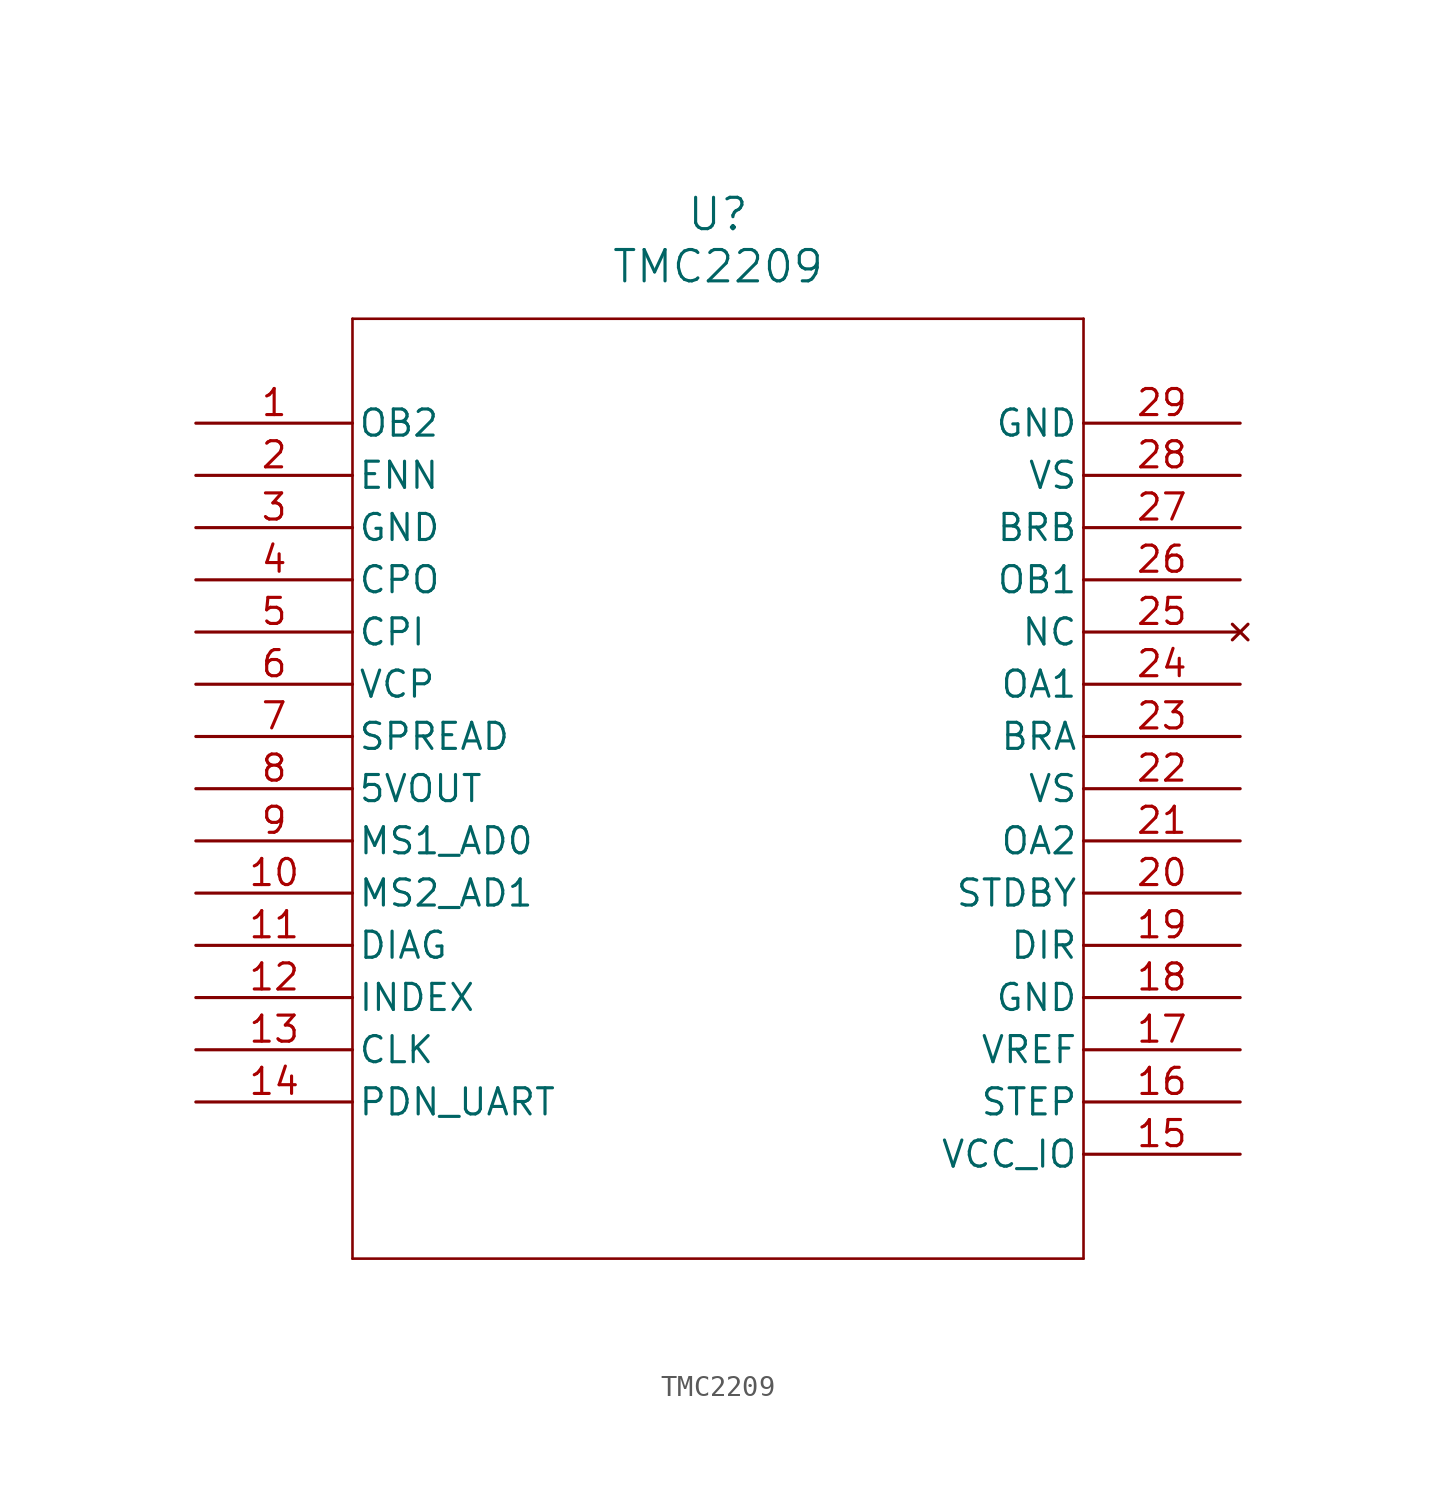
<source format=kicad_sym>
(kicad_symbol_lib
  (version 20211014)
  (generator kicad_symbol_editor)
  (symbol "TMC2209"
    (pin_names
      (offset 0.254))
    (property "Reference" "U"
      (at 25.4 10.16 0)
      (effects (font (size 1.524 1.524))))
    (property "Value" "TMC2209"
      (at 25.4 7.62 0)
      (effects (font (size 1.524 1.524))))
    (symbol "TMC2209_0_1"
      (polyline (pts (xy 7.62 5.08) (xy 7.62 -40.64)) (stroke (width 0.127) (type default) (color 0 0 0 0)) (fill (type none)))
      (polyline (pts (xy 7.62 -40.64) (xy 43.18 -40.64)) (stroke (width 0.127) (type default) (color 0 0 0 0)) (fill (type none)))
      (polyline (pts (xy 43.18 -40.64) (xy 43.18 5.08)) (stroke (width 0.127) (type default) (color 0 0 0 0)) (fill (type none)))
      (polyline (pts (xy 43.18 5.08) (xy 7.62 5.08)) (stroke (width 0.127) (type default) (color 0 0 0 0)) (fill (type none)))
      (pin output line (at 0 0 0) (length 7.62) (name "OB2" (effects (font (size 1.27 1.27)))) (number "1" (effects (font (size 1.27 1.27)))))
      (pin input line (at 0 -2.54 0) (length 7.62) (name "ENN" (effects (font (size 1.27 1.27)))) (number "2" (effects (font (size 1.27 1.27)))))
      (pin power_out line (at 0 -5.08 0) (length 7.62) (name "GND" (effects (font (size 1.27 1.27)))) (number "3" (effects (font (size 1.27 1.27)))))
      (pin output line (at 0 -7.62 0) (length 7.62) (name "CPO" (effects (font (size 1.27 1.27)))) (number "4" (effects (font (size 1.27 1.27)))))
      (pin input line (at 0 -10.16 0) (length 7.62) (name "CPI" (effects (font (size 1.27 1.27)))) (number "5" (effects (font (size 1.27 1.27)))))
      (pin power_in line (at 0 -12.7 0) (length 7.62) (name "VCP" (effects (font (size 1.27 1.27)))) (number "6" (effects (font (size 1.27 1.27)))))
      (pin input line (at 0 -15.24 0) (length 7.62) (name "SPREAD" (effects (font (size 1.27 1.27)))) (number "7" (effects (font (size 1.27 1.27)))))
      (pin output line (at 0 -17.78 0) (length 7.62) (name "5VOUT" (effects (font (size 1.27 1.27)))) (number "8" (effects (font (size 1.27 1.27)))))
      (pin input line (at 0 -20.32 0) (length 7.62) (name "MS1_AD0" (effects (font (size 1.27 1.27)))) (number "9" (effects (font (size 1.27 1.27)))))
      (pin input line (at 0 -22.86 0) (length 7.62) (name "MS2_AD1" (effects (font (size 1.27 1.27)))) (number "10" (effects (font (size 1.27 1.27)))))
      (pin output line (at 0 -25.4 0) (length 7.62) (name "DIAG" (effects (font (size 1.27 1.27)))) (number "11" (effects (font (size 1.27 1.27)))))
      (pin output line (at 0 -27.94 0) (length 7.62) (name "INDEX" (effects (font (size 1.27 1.27)))) (number "12" (effects (font (size 1.27 1.27)))))
      (pin input line (at 0 -30.48 0) (length 7.62) (name "CLK" (effects (font (size 1.27 1.27)))) (number "13" (effects (font (size 1.27 1.27)))))
      (pin bidirectional line (at 0 -33.02 0) (length 7.62) (name "PDN_UART" (effects (font (size 1.27 1.27)))) (number "14" (effects (font (size 1.27 1.27)))))
      (pin power_in line (at 50.8 -35.56 180) (length 7.62) (name "VCC_IO" (effects (font (size 1.27 1.27)))) (number "15" (effects (font (size 1.27 1.27)))))
      (pin input line (at 50.8 -33.02 180) (length 7.62) (name "STEP" (effects (font (size 1.27 1.27)))) (number "16" (effects (font (size 1.27 1.27)))))
      (pin unspecified line (at 50.8 -30.48 180) (length 7.62) (name "VREF" (effects (font (size 1.27 1.27)))) (number "17" (effects (font (size 1.27 1.27)))))
      (pin input line (at 50.8 -27.94 180) (length 7.62) (name "GND" (effects (font (size 1.27 1.27)))) (number "18" (effects (font (size 1.27 1.27)))))
      (pin input line (at 50.8 -25.4 180) (length 7.62) (name "DIR" (effects (font (size 1.27 1.27)))) (number "19" (effects (font (size 1.27 1.27)))))
      (pin power_in line (at 50.8 -22.86 180) (length 7.62) (name "STDBY" (effects (font (size 1.27 1.27)))) (number "20" (effects (font (size 1.27 1.27)))))
      (pin output line (at 50.8 -20.32 180) (length 7.62) (name "OA2" (effects (font (size 1.27 1.27)))) (number "21" (effects (font (size 1.27 1.27)))))
      (pin power_in line (at 50.8 -17.78 180) (length 7.62) (name "VS" (effects (font (size 1.27 1.27)))) (number "22" (effects (font (size 1.27 1.27)))))
      (pin unspecified line (at 50.8 -15.24 180) (length 7.62) (name "BRA" (effects (font (size 1.27 1.27)))) (number "23" (effects (font (size 1.27 1.27)))))
      (pin output line (at 50.8 -12.7 180) (length 7.62) (name "OA1" (effects (font (size 1.27 1.27)))) (number "24" (effects (font (size 1.27 1.27)))))
      (pin no_connect line (at 50.8 -10.16 180) (length 7.62) (name "NC" (effects (font (size 1.27 1.27)))) (number "25" (effects (font (size 1.27 1.27)))))
      (pin output line (at 50.8 -7.62 180) (length 7.62) (name "OB1" (effects (font (size 1.27 1.27)))) (number "26" (effects (font (size 1.27 1.27)))))
      (pin unspecified line (at 50.8 -5.08 180) (length 7.62) (name "BRB" (effects (font (size 1.27 1.27)))) (number "27" (effects (font (size 1.27 1.27)))))
      (pin power_in line (at 50.8 -2.54 180) (length 7.62) (name "VS" (effects (font (size 1.27 1.27)))) (number "28" (effects (font (size 1.27 1.27)))))
      (pin power_out line (at 50.8 0 180) (length 7.62) (name "GND" (effects (font (size 1.27 1.27)))) (number "29" (effects (font (size 1.27 1.27))))))))
</source>
